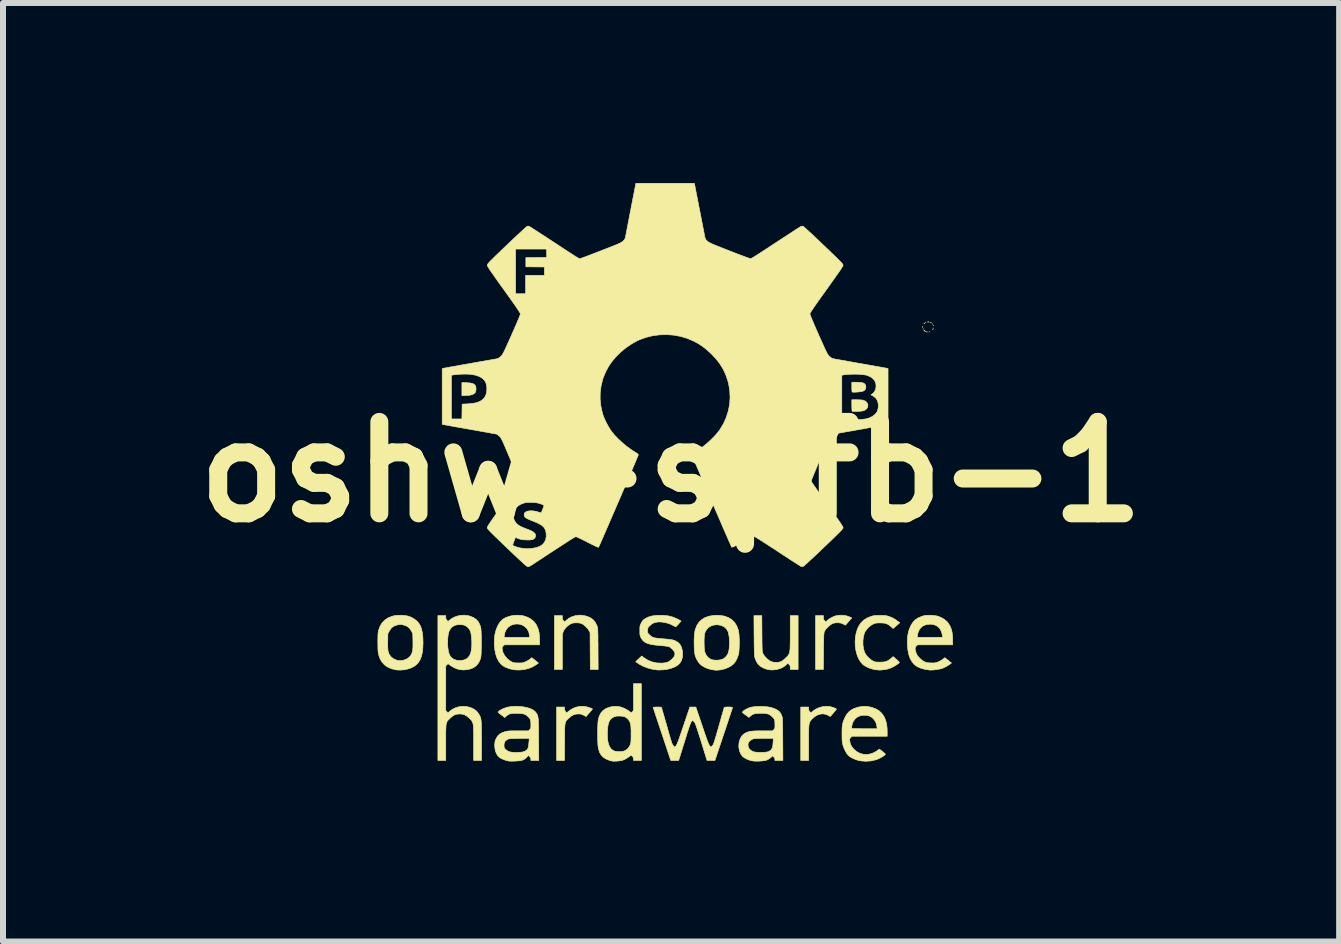
<source format=kicad_pcb>
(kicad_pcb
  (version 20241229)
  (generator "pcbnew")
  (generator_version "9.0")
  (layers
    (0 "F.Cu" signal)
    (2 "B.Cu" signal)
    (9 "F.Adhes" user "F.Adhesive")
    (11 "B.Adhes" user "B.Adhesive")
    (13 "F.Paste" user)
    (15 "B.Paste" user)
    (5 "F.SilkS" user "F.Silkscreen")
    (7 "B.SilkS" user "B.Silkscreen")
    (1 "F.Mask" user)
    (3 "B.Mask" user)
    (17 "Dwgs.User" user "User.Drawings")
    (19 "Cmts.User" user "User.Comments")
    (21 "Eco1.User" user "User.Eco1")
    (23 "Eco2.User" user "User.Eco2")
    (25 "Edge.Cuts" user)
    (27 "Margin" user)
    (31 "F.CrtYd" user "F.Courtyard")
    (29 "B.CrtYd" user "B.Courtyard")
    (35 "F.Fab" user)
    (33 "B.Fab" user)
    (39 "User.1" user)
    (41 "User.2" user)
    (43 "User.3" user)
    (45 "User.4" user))
  (footprint "oshw-spfb-1"
    (layer "F.Cu")
    (at 8.135 4.817)
    (property "Reference" "oshw-spfb-1" (at 0 0 0) (layer "F.SilkS") (effects (font (size 1.524 1.524) (thickness 0.3))))
    (attr through_hole)
    (fp_poly (pts (xy 4.207 -2.383) (xy 4.203 -2.38) (xy 4.199 -2.383) (xy 4.203 -2.387) (xy 4.207 -2.383)) (stroke (width 0.01) (type solid)) (fill yes) (layer "F.SilkS"))
    (fp_poly (pts (xy 4.25 -2.495) (xy 4.247 -2.491) (xy 4.243 -2.495) (xy 4.247 -2.498) (xy 4.25 -2.495)) (stroke (width 0.01) (type solid)) (fill yes) (layer "F.SilkS"))
    (fp_poly (pts (xy 4.25 -2.342) (xy 4.247 -2.338) (xy 4.243 -2.342) (xy 4.247 -2.345) (xy 4.25 -2.342)) (stroke (width 0.01) (type solid)) (fill yes) (layer "F.SilkS"))
    (fp_poly (pts (xy 4.309 -2.335) (xy 4.305 -2.331) (xy 4.301 -2.335) (xy 4.305 -2.338) (xy 4.309 -2.335)) (stroke (width 0.01) (type solid)) (fill yes) (layer "F.SilkS"))
    (fp_poly (pts (xy 4.323 -2.495) (xy 4.319 -2.491) (xy 4.316 -2.495) (xy 4.319 -2.498) (xy 4.323 -2.495)) (stroke (width 0.01) (type solid)) (fill yes) (layer "F.SilkS"))
    (fp_poly (pts (xy 4.338 -2.488) (xy 4.334 -2.484) (xy 4.33 -2.488) (xy 4.334 -2.491) (xy 4.338 -2.488)) (stroke (width 0.01) (type solid)) (fill yes) (layer "F.SilkS"))
    (fp_poly (pts (xy 4.359 -2.467) (xy 4.356 -2.463) (xy 4.352 -2.467) (xy 4.356 -2.47) (xy 4.359 -2.467)) (stroke (width 0.01) (type solid)) (fill yes) (layer "F.SilkS"))
    (fp_poly (pts (xy 4.367 -2.376) (xy 4.363 -2.373) (xy 4.359 -2.376) (xy 4.363 -2.38) (xy 4.367 -2.376)) (stroke (width 0.01) (type solid)) (fill yes) (layer "F.SilkS"))
    (fp_poly (pts (xy 4.374 -2.439) (xy 4.37 -2.436) (xy 4.367 -2.439) (xy 4.37 -2.443) (xy 4.374 -2.439)) (stroke (width 0.01) (type solid)) (fill yes) (layer "F.SilkS"))
    (fp_poly (pts (xy 4.374 -2.397) (xy 4.37 -2.394) (xy 4.367 -2.397) (xy 4.37 -2.401) (xy 4.374 -2.397)) (stroke (width 0.01) (type solid)) (fill yes) (layer "F.SilkS"))
    (fp_poly (pts (xy 4.197 -2.423) (xy 4.198 -2.412) (xy 4.196 -2.41) (xy 4.193 -2.412) (xy 4.193 -2.419) (xy 4.194 -2.426) (xy 4.197 -2.423)) (stroke (width 0.01) (type solid)) (fill yes) (layer "F.SilkS"))
    (fp_poly (pts (xy 4.27 -2.336) (xy 4.269 -2.332) (xy 4.265 -2.331) (xy 4.259 -2.334) (xy 4.26 -2.336) (xy 4.269 -2.337) (xy 4.27 -2.336)) (stroke (width 0.01) (type solid)) (fill yes) (layer "F.SilkS"))
    (fp_poly (pts (xy 4.296 -2.503) (xy 4.297 -2.5) (xy 4.287 -2.499) (xy 4.276 -2.5) (xy 4.278 -2.503) (xy 4.293 -2.504) (xy 4.296 -2.503)) (stroke (width 0.01) (type solid)) (fill yes) (layer "F.SilkS"))
    (fp_poly (pts (xy 4.218 -2.364) (xy 4.223 -2.36) (xy 4.234 -2.35) (xy 4.234 -2.345) (xy 4.233 -2.345) (xy 4.227 -2.35) (xy 4.22 -2.357) (xy 4.214 -2.366) (xy 4.218 -2.364)) (stroke (width 0.01) (type solid)) (fill yes) (layer "F.SilkS"))
    (fp_poly (pts (xy 4.226 -2.48) (xy 4.225 -2.477) (xy 4.218 -2.471) (xy 4.217 -2.47) (xy 4.216 -2.475) (xy 4.218 -2.477) (xy 4.224 -2.484) (xy 4.226 -2.484) (xy 4.226 -2.48)) (stroke (width 0.01) (type solid)) (fill yes) (layer "F.SilkS"))
    (fp_poly (pts (xy -3.408 -1.488) (xy -3.354 -1.484) (xy -3.313 -1.476) (xy -3.284 -1.463) (xy -3.264 -1.444) (xy -3.253 -1.418) (xy -3.25 -1.384) (xy -3.25 -1.384) (xy -3.254 -1.349) (xy -3.266 -1.321) (xy -3.289 -1.301) (xy -3.322 -1.287) (xy -3.367 -1.278) (xy -3.411 -1.275) (xy -3.486 -1.272) (xy -3.486 -1.491) (xy -3.408 -1.488)) (stroke (width 0.01) (type solid)) (fill yes) (layer "F.SilkS"))
    (fp_poly (pts (xy 3.088 -1.496) (xy 3.142 -1.494) (xy 3.184 -1.489) (xy 3.214 -1.479) (xy 3.234 -1.463) (xy 3.245 -1.442) (xy 3.248 -1.416) (xy 3.243 -1.386) (xy 3.227 -1.363) (xy 3.199 -1.346) (xy 3.198 -1.346) (xy 3.182 -1.342) (xy 3.157 -1.338) (xy 3.126 -1.334) (xy 3.094 -1.332) (xy 3.064 -1.33) (xy 3.039 -1.33) (xy 3.022 -1.332) (xy 3.019 -1.333) (xy 3.016 -1.342) (xy 3.015 -1.361) (xy 3.013 -1.389) (xy 3.013 -1.417) (xy 3.013 -1.496) (xy 3.088 -1.496)) (stroke (width 0.01) (type solid)) (fill yes) (layer "F.SilkS"))
    (fp_poly (pts (xy 3.095 -1.204) (xy 3.131 -1.203) (xy 3.165 -1.201) (xy 3.192 -1.199) (xy 3.204 -1.196) (xy 3.239 -1.181) (xy 3.264 -1.159) (xy 3.278 -1.132) (xy 3.282 -1.103) (xy 3.274 -1.075) (xy 3.256 -1.049) (xy 3.225 -1.029) (xy 3.207 -1.021) (xy 3.186 -1.016) (xy 3.159 -1.013) (xy 3.123 -1.011) (xy 3.108 -1.01) (xy 3.074 -1.01) (xy 3.046 -1.01) (xy 3.026 -1.011) (xy 3.019 -1.013) (xy 3.017 -1.022) (xy 3.015 -1.041) (xy 3.014 -1.069) (xy 3.013 -1.103) (xy 3.013 -1.111) (xy 3.013 -1.204) (xy 3.095 -1.204)) (stroke (width 0.01) (type solid)) (fill yes) (layer "F.SilkS"))
    (fp_poly (pts (xy 2.636 3.909) (xy 2.666 3.915) (xy 2.696 3.923) (xy 2.723 3.933) (xy 2.743 3.942) (xy 2.755 3.951) (xy 2.757 3.954) (xy 2.751 3.962) (xy 2.738 3.978) (xy 2.72 4) (xy 2.704 4.019) (xy 2.654 4.076) (xy 2.626 4.06) (xy 2.579 4.039) (xy 2.53 4.031) (xy 2.48 4.037) (xy 2.431 4.055) (xy 2.384 4.086) (xy 2.358 4.11) (xy 2.343 4.125) (xy 2.331 4.139) (xy 2.321 4.153) (xy 2.312 4.168) (xy 2.306 4.186) (xy 2.301 4.207) (xy 2.298 4.234) (xy 2.295 4.268) (xy 2.294 4.309) (xy 2.293 4.36) (xy 2.293 4.422) (xy 2.293 4.496) (xy 2.293 4.518) (xy 2.293 4.809) (xy 2.162 4.809) (xy 2.162 3.918) (xy 2.293 3.918) (xy 2.293 3.947) (xy 2.296 3.972) (xy 2.308 3.991) (xy 2.312 3.996) (xy 2.331 4.015) (xy 2.363 3.987) (xy 2.412 3.953) (xy 2.469 3.927) (xy 2.531 3.911) (xy 2.593 3.906) (xy 2.636 3.909)) (stroke (width 0.01) (type solid)) (fill yes) (layer "F.SilkS"))
    (fp_poly (pts (xy -1.429 3.91) (xy -1.402 3.916) (xy -1.374 3.924) (xy -1.347 3.933) (xy -1.325 3.941) (xy -1.312 3.948) (xy -1.31 3.951) (xy -1.314 3.957) (xy -1.326 3.972) (xy -1.344 3.993) (xy -1.363 4.015) (xy -1.416 4.076) (xy -1.455 4.055) (xy -1.482 4.042) (xy -1.506 4.035) (xy -1.536 4.033) (xy -1.542 4.033) (xy -1.588 4.036) (xy -1.628 4.048) (xy -1.665 4.07) (xy -1.698 4.098) (xy -1.715 4.113) (xy -1.729 4.127) (xy -1.741 4.139) (xy -1.75 4.152) (xy -1.757 4.167) (xy -1.763 4.186) (xy -1.767 4.209) (xy -1.77 4.237) (xy -1.772 4.274) (xy -1.773 4.319) (xy -1.773 4.374) (xy -1.774 4.441) (xy -1.774 4.501) (xy -1.776 4.809) (xy -1.907 4.809) (xy -1.907 3.918) (xy -1.776 3.918) (xy -1.776 3.947) (xy -1.772 3.972) (xy -1.76 3.992) (xy -1.757 3.995) (xy -1.737 4.015) (xy -1.702 3.984) (xy -1.649 3.948) (xy -1.589 3.922) (xy -1.525 3.908) (xy -1.459 3.906) (xy -1.429 3.91)) (stroke (width 0.01) (type solid)) (fill yes) (layer "F.SilkS"))
    (fp_poly (pts (xy 2.919 2.396) (xy 2.967 2.412) (xy 3.013 2.432) (xy 2.961 2.491) (xy 2.94 2.515) (xy 2.923 2.535) (xy 2.911 2.548) (xy 2.907 2.553) (xy 2.901 2.551) (xy 2.886 2.543) (xy 2.874 2.536) (xy 2.837 2.52) (xy 2.794 2.513) (xy 2.747 2.513) (xy 2.703 2.522) (xy 2.7 2.523) (xy 2.672 2.537) (xy 2.642 2.56) (xy 2.611 2.588) (xy 2.583 2.618) (xy 2.563 2.646) (xy 2.555 2.662) (xy 2.552 2.671) (xy 2.55 2.686) (xy 2.548 2.706) (xy 2.546 2.734) (xy 2.545 2.77) (xy 2.544 2.815) (xy 2.543 2.872) (xy 2.542 2.94) (xy 2.542 2.991) (xy 2.539 3.292) (xy 2.409 3.292) (xy 2.409 2.394) (xy 2.54 2.394) (xy 2.54 2.427) (xy 2.542 2.451) (xy 2.549 2.467) (xy 2.56 2.48) (xy 2.581 2.498) (xy 2.599 2.48) (xy 2.628 2.455) (xy 2.666 2.432) (xy 2.707 2.411) (xy 2.747 2.397) (xy 2.747 2.397) (xy 2.803 2.388) (xy 2.862 2.388) (xy 2.919 2.396)) (stroke (width 0.01) (type solid)) (fill yes) (layer "F.SilkS"))
    (fp_poly (pts (xy -1.461 2.391) (xy -1.399 2.406) (xy -1.341 2.432) (xy -1.33 2.439) (xy -1.294 2.468) (xy -1.264 2.506) (xy -1.238 2.554) (xy -1.236 2.56) (xy -1.232 2.569) (xy -1.229 2.578) (xy -1.226 2.588) (xy -1.224 2.601) (xy -1.222 2.617) (xy -1.221 2.638) (xy -1.22 2.665) (xy -1.219 2.7) (xy -1.218 2.744) (xy -1.218 2.797) (xy -1.217 2.862) (xy -1.217 2.94) (xy -1.217 2.945) (xy -1.215 3.292) (xy -1.346 3.292) (xy -1.348 2.984) (xy -1.35 2.676) (xy -1.369 2.641) (xy -1.39 2.61) (xy -1.42 2.579) (xy -1.452 2.551) (xy -1.483 2.53) (xy -1.485 2.529) (xy -1.516 2.519) (xy -1.555 2.514) (xy -1.597 2.514) (xy -1.636 2.518) (xy -1.652 2.523) (xy -1.688 2.54) (xy -1.725 2.567) (xy -1.758 2.6) (xy -1.785 2.636) (xy -1.797 2.66) (xy -1.8 2.671) (xy -1.803 2.681) (xy -1.806 2.693) (xy -1.808 2.707) (xy -1.81 2.726) (xy -1.811 2.75) (xy -1.811 2.782) (xy -1.812 2.822) (xy -1.812 2.872) (xy -1.812 2.933) (xy -1.812 2.996) (xy -1.812 3.292) (xy -1.943 3.292) (xy -1.943 2.394) (xy -1.812 2.394) (xy -1.812 2.427) (xy -1.81 2.451) (xy -1.804 2.467) (xy -1.792 2.48) (xy -1.771 2.498) (xy -1.75 2.476) (xy -1.703 2.438) (xy -1.648 2.411) (xy -1.588 2.393) (xy -1.525 2.386) (xy -1.461 2.391)) (stroke (width 0.01) (type solid)) (fill yes) (layer "F.SilkS"))
    (fp_poly (pts (xy 1.515 2.695) (xy 1.516 2.767) (xy 1.516 2.827) (xy 1.517 2.876) (xy 1.518 2.915) (xy 1.519 2.946) (xy 1.52 2.97) (xy 1.521 2.987) (xy 1.524 3.001) (xy 1.526 3.011) (xy 1.529 3.02) (xy 1.533 3.029) (xy 1.534 3.031) (xy 1.555 3.064) (xy 1.586 3.099) (xy 1.62 3.13) (xy 1.655 3.153) (xy 1.663 3.157) (xy 1.698 3.169) (xy 1.736 3.173) (xy 1.746 3.173) (xy 1.785 3.172) (xy 1.816 3.166) (xy 1.844 3.155) (xy 1.871 3.136) (xy 1.903 3.108) (xy 1.907 3.104) (xy 1.925 3.087) (xy 1.94 3.072) (xy 1.953 3.057) (xy 1.963 3.041) (xy 1.97 3.024) (xy 1.976 3.002) (xy 1.981 2.976) (xy 1.984 2.943) (xy 1.985 2.903) (xy 1.986 2.853) (xy 1.987 2.793) (xy 1.987 2.721) (xy 1.987 2.68) (xy 1.987 2.394) (xy 2.118 2.394) (xy 2.118 3.292) (xy 1.987 3.292) (xy 1.987 3.258) (xy 1.985 3.235) (xy 1.978 3.219) (xy 1.966 3.206) (xy 1.946 3.187) (xy 1.917 3.216) (xy 1.874 3.249) (xy 1.822 3.275) (xy 1.763 3.292) (xy 1.702 3.3) (xy 1.644 3.298) (xy 1.586 3.285) (xy 1.532 3.264) (xy 1.486 3.236) (xy 1.45 3.202) (xy 1.44 3.188) (xy 1.426 3.163) (xy 1.412 3.133) (xy 1.403 3.111) (xy 1.399 3.1) (xy 1.396 3.089) (xy 1.394 3.076) (xy 1.392 3.062) (xy 1.39 3.043) (xy 1.389 3.018) (xy 1.388 2.987) (xy 1.387 2.948) (xy 1.386 2.9) (xy 1.385 2.841) (xy 1.385 2.771) (xy 1.384 2.73) (xy 1.382 2.394) (xy 1.513 2.394) (xy 1.515 2.695)) (stroke (width 0.01) (type solid)) (fill yes) (layer "F.SilkS"))
    (fp_poly (pts (xy -2.483 2.393) (xy -2.463 2.397) (xy -2.394 2.42) (xy -2.335 2.452) (xy -2.286 2.493) (xy -2.247 2.544) (xy -2.219 2.604) (xy -2.2 2.674) (xy -2.192 2.755) (xy -2.191 2.792) (xy -2.191 2.881) (xy -2.777 2.881) (xy -2.798 2.901) (xy -2.81 2.914) (xy -2.815 2.926) (xy -2.815 2.942) (xy -2.813 2.96) (xy -2.8 3.011) (xy -2.774 3.059) (xy -2.738 3.104) (xy -2.694 3.142) (xy -2.652 3.167) (xy -2.632 3.175) (xy -2.613 3.18) (xy -2.589 3.182) (xy -2.556 3.183) (xy -2.544 3.183) (xy -2.509 3.183) (xy -2.483 3.182) (xy -2.463 3.178) (xy -2.443 3.171) (xy -2.423 3.162) (xy -2.394 3.148) (xy -2.367 3.131) (xy -2.349 3.118) (xy -2.322 3.095) (xy -2.298 3.113) (xy -2.279 3.128) (xy -2.255 3.147) (xy -2.242 3.158) (xy -2.21 3.185) (xy -2.245 3.21) (xy -2.309 3.249) (xy -2.381 3.277) (xy -2.458 3.295) (xy -2.538 3.301) (xy -2.609 3.298) (xy -2.686 3.282) (xy -2.755 3.257) (xy -2.793 3.236) (xy -2.837 3.201) (xy -2.874 3.153) (xy -2.904 3.095) (xy -2.926 3.025) (xy -2.94 2.944) (xy -2.945 2.884) (xy -2.945 2.794) (xy -2.941 2.756) (xy -2.782 2.756) (xy -2.356 2.756) (xy -2.36 2.718) (xy -2.372 2.665) (xy -2.396 2.62) (xy -2.43 2.582) (xy -2.472 2.555) (xy -2.522 2.538) (xy -2.569 2.533) (xy -2.624 2.539) (xy -2.673 2.558) (xy -2.714 2.587) (xy -2.746 2.625) (xy -2.768 2.672) (xy -2.778 2.717) (xy -2.782 2.756) (xy -2.941 2.756) (xy -2.936 2.71) (xy -2.917 2.634) (xy -2.89 2.566) (xy -2.866 2.525) (xy -2.841 2.49) (xy -2.816 2.465) (xy -2.789 2.445) (xy -2.758 2.428) (xy -2.694 2.405) (xy -2.624 2.39) (xy -2.552 2.387) (xy -2.483 2.393)) (stroke (width 0.01) (type solid)) (fill yes) (layer "F.SilkS"))
    (fp_poly (pts (xy -0.495 4.809) (xy -0.626 4.809) (xy -0.626 4.783) (xy -0.631 4.756) (xy -0.645 4.738) (xy -0.664 4.72) (xy -0.71 4.753) (xy -0.757 4.783) (xy -0.804 4.804) (xy -0.856 4.815) (xy -0.91 4.82) (xy -0.95 4.821) (xy -0.98 4.819) (xy -1.007 4.813) (xy -1.019 4.81) (xy -1.079 4.786) (xy -1.126 4.758) (xy -1.162 4.722) (xy -1.189 4.678) (xy -1.207 4.623) (xy -1.213 4.597) (xy -1.217 4.567) (xy -1.22 4.525) (xy -1.222 4.476) (xy -1.223 4.421) (xy -1.223 4.401) (xy -1.061 4.401) (xy -1.056 4.472) (xy -1.044 4.53) (xy -1.025 4.578) (xy -1 4.614) (xy -0.968 4.64) (xy -0.942 4.652) (xy -0.908 4.659) (xy -0.867 4.662) (xy -0.825 4.66) (xy -0.788 4.653) (xy -0.783 4.651) (xy -0.743 4.631) (xy -0.71 4.599) (xy -0.685 4.557) (xy -0.683 4.552) (xy -0.677 4.538) (xy -0.673 4.524) (xy -0.67 4.509) (xy -0.668 4.489) (xy -0.667 4.462) (xy -0.666 4.427) (xy -0.666 4.381) (xy -0.666 4.367) (xy -0.666 4.309) (xy -0.668 4.262) (xy -0.671 4.226) (xy -0.675 4.197) (xy -0.683 4.174) (xy -0.692 4.154) (xy -0.705 4.135) (xy -0.714 4.124) (xy -0.742 4.098) (xy -0.773 4.08) (xy -0.81 4.071) (xy -0.858 4.068) (xy -0.859 4.068) (xy -0.894 4.068) (xy -0.919 4.071) (xy -0.941 4.078) (xy -0.956 4.084) (xy -0.988 4.104) (xy -1.014 4.129) (xy -1.033 4.163) (xy -1.047 4.206) (xy -1.056 4.259) (xy -1.06 4.318) (xy -1.061 4.401) (xy -1.223 4.401) (xy -1.224 4.363) (xy -1.223 4.306) (xy -1.222 4.251) (xy -1.22 4.201) (xy -1.217 4.16) (xy -1.213 4.13) (xy -1.213 4.129) (xy -1.196 4.068) (xy -1.169 4.017) (xy -1.133 3.976) (xy -1.086 3.944) (xy -1.051 3.929) (xy -0.984 3.91) (xy -0.917 3.906) (xy -0.85 3.914) (xy -0.784 3.937) (xy -0.721 3.972) (xy -0.701 3.986) (xy -0.664 4.014) (xy -0.626 3.976) (xy -0.626 3.528) (xy -0.495 3.528) (xy -0.495 4.809)) (stroke (width 0.01) (type solid)) (fill yes) (layer "F.SilkS"))
    (fp_poly (pts (xy 4.347 2.389) (xy 4.397 2.394) (xy 4.441 2.402) (xy 4.458 2.407) (xy 4.512 2.431) (xy 4.562 2.462) (xy 4.603 2.498) (xy 4.621 2.521) (xy 4.649 2.566) (xy 4.669 2.613) (xy 4.683 2.664) (xy 4.691 2.723) (xy 4.694 2.793) (xy 4.694 2.803) (xy 4.694 2.881) (xy 4.109 2.881) (xy 4.089 2.9) (xy 4.075 2.916) (xy 4.069 2.935) (xy 4.07 2.96) (xy 4.078 2.994) (xy 4.079 2.997) (xy 4.091 3.032) (xy 4.108 3.062) (xy 4.133 3.092) (xy 4.159 3.117) (xy 4.194 3.146) (xy 4.226 3.165) (xy 4.261 3.177) (xy 4.301 3.182) (xy 4.341 3.183) (xy 4.377 3.183) (xy 4.402 3.181) (xy 4.423 3.177) (xy 4.444 3.17) (xy 4.462 3.162) (xy 4.49 3.148) (xy 4.518 3.131) (xy 4.536 3.118) (xy 4.563 3.095) (xy 4.594 3.12) (xy 4.618 3.138) (xy 4.641 3.157) (xy 4.65 3.165) (xy 4.675 3.185) (xy 4.622 3.221) (xy 4.592 3.239) (xy 4.561 3.256) (xy 4.535 3.268) (xy 4.53 3.27) (xy 4.494 3.281) (xy 4.45 3.29) (xy 4.404 3.297) (xy 4.359 3.301) (xy 4.32 3.302) (xy 4.305 3.301) (xy 4.226 3.288) (xy 4.159 3.269) (xy 4.104 3.245) (xy 4.059 3.213) (xy 4.052 3.206) (xy 4.014 3.16) (xy 3.983 3.103) (xy 3.96 3.034) (xy 3.946 2.955) (xy 3.939 2.88) (xy 3.939 2.803) (xy 3.944 2.737) (xy 4.105 2.737) (xy 4.105 2.756) (xy 4.529 2.756) (xy 4.523 2.723) (xy 4.509 2.665) (xy 4.485 2.618) (xy 4.452 2.581) (xy 4.41 2.555) (xy 4.359 2.54) (xy 4.316 2.537) (xy 4.259 2.543) (xy 4.21 2.56) (xy 4.17 2.589) (xy 4.138 2.628) (xy 4.117 2.677) (xy 4.116 2.68) (xy 4.11 2.705) (xy 4.106 2.727) (xy 4.105 2.737) (xy 3.944 2.737) (xy 3.944 2.736) (xy 3.955 2.675) (xy 3.97 2.624) (xy 3.997 2.56) (xy 4.029 2.509) (xy 4.067 2.467) (xy 4.114 2.435) (xy 4.171 2.41) (xy 4.21 2.397) (xy 4.248 2.39) (xy 4.296 2.388) (xy 4.347 2.389)) (stroke (width 0.01) (type solid)) (fill yes) (layer "F.SilkS"))
    (fp_poly (pts (xy 0.82 2.391) (xy 0.892 2.403) (xy 0.956 2.427) (xy 1.011 2.461) (xy 1.057 2.505) (xy 1.092 2.559) (xy 1.117 2.623) (xy 1.125 2.655) (xy 1.131 2.69) (xy 1.135 2.735) (xy 1.137 2.786) (xy 1.138 2.841) (xy 1.137 2.895) (xy 1.135 2.947) (xy 1.132 2.992) (xy 1.127 3.027) (xy 1.126 3.034) (xy 1.107 3.093) (xy 1.081 3.147) (xy 1.049 3.192) (xy 1.038 3.203) (xy 1.001 3.232) (xy 0.954 3.258) (xy 0.902 3.279) (xy 0.847 3.294) (xy 0.84 3.295) (xy 0.8 3.301) (xy 0.767 3.304) (xy 0.735 3.303) (xy 0.699 3.298) (xy 0.677 3.295) (xy 0.625 3.281) (xy 0.572 3.261) (xy 0.524 3.234) (xy 0.486 3.205) (xy 0.485 3.204) (xy 0.456 3.169) (xy 0.429 3.125) (xy 0.408 3.077) (xy 0.4 3.051) (xy 0.394 3.015) (xy 0.389 2.969) (xy 0.386 2.916) (xy 0.385 2.859) (xy 0.385 2.826) (xy 0.551 2.826) (xy 0.552 2.872) (xy 0.553 2.917) (xy 0.556 2.956) (xy 0.56 2.987) (xy 0.563 3.001) (xy 0.584 3.05) (xy 0.614 3.088) (xy 0.654 3.117) (xy 0.682 3.129) (xy 0.712 3.135) (xy 0.749 3.137) (xy 0.789 3.136) (xy 0.827 3.13) (xy 0.857 3.122) (xy 0.862 3.119) (xy 0.902 3.093) (xy 0.933 3.056) (xy 0.946 3.034) (xy 0.958 3.003) (xy 0.967 2.961) (xy 0.972 2.911) (xy 0.974 2.858) (xy 0.973 2.803) (xy 0.969 2.75) (xy 0.961 2.703) (xy 0.951 2.664) (xy 0.946 2.653) (xy 0.92 2.612) (xy 0.884 2.58) (xy 0.839 2.559) (xy 0.785 2.548) (xy 0.757 2.547) (xy 0.703 2.553) (xy 0.654 2.572) (xy 0.614 2.601) (xy 0.582 2.642) (xy 0.562 2.685) (xy 0.558 2.708) (xy 0.554 2.741) (xy 0.552 2.781) (xy 0.551 2.826) (xy 0.385 2.826) (xy 0.385 2.8) (xy 0.388 2.744) (xy 0.392 2.693) (xy 0.398 2.651) (xy 0.405 2.624) (xy 0.43 2.559) (xy 0.465 2.505) (xy 0.51 2.462) (xy 0.564 2.428) (xy 0.628 2.405) (xy 0.702 2.392) (xy 0.739 2.389) (xy 0.82 2.391)) (stroke (width 0.01) (type solid)) (fill yes) (layer "F.SilkS"))
    (fp_poly (pts (xy 3.486 2.391) (xy 3.527 2.391) (xy 3.558 2.392) (xy 3.581 2.395) (xy 3.602 2.399) (xy 3.623 2.405) (xy 3.639 2.411) (xy 3.671 2.423) (xy 3.696 2.434) (xy 3.718 2.446) (xy 3.742 2.462) (xy 3.771 2.483) (xy 3.813 2.513) (xy 3.757 2.561) (xy 3.702 2.609) (xy 3.667 2.578) (xy 3.633 2.551) (xy 3.601 2.533) (xy 3.568 2.522) (xy 3.529 2.517) (xy 3.486 2.516) (xy 3.45 2.516) (xy 3.424 2.518) (xy 3.405 2.521) (xy 3.386 2.527) (xy 3.368 2.535) (xy 3.33 2.558) (xy 3.292 2.59) (xy 3.259 2.627) (xy 3.233 2.665) (xy 3.224 2.684) (xy 3.207 2.743) (xy 3.199 2.81) (xy 3.199 2.879) (xy 3.208 2.945) (xy 3.225 3.003) (xy 3.244 3.038) (xy 3.272 3.075) (xy 3.307 3.109) (xy 3.344 3.138) (xy 3.366 3.151) (xy 3.384 3.16) (xy 3.4 3.165) (xy 3.419 3.168) (xy 3.445 3.169) (xy 3.481 3.17) (xy 3.482 3.17) (xy 3.531 3.168) (xy 3.569 3.163) (xy 3.601 3.152) (xy 3.632 3.135) (xy 3.665 3.109) (xy 3.667 3.107) (xy 3.702 3.077) (xy 3.754 3.122) (xy 3.776 3.142) (xy 3.794 3.159) (xy 3.805 3.171) (xy 3.806 3.174) (xy 3.8 3.183) (xy 3.784 3.196) (xy 3.761 3.213) (xy 3.733 3.23) (xy 3.703 3.247) (xy 3.674 3.261) (xy 3.653 3.27) (xy 3.627 3.279) (xy 3.603 3.286) (xy 3.577 3.292) (xy 3.545 3.296) (xy 3.503 3.301) (xy 3.497 3.301) (xy 3.478 3.302) (xy 3.452 3.3) (xy 3.426 3.298) (xy 3.365 3.287) (xy 3.306 3.269) (xy 3.252 3.245) (xy 3.208 3.217) (xy 3.196 3.207) (xy 3.157 3.163) (xy 3.125 3.109) (xy 3.1 3.047) (xy 3.082 2.978) (xy 3.071 2.906) (xy 3.068 2.831) (xy 3.073 2.756) (xy 3.086 2.684) (xy 3.107 2.616) (xy 3.128 2.571) (xy 3.164 2.516) (xy 3.21 2.471) (xy 3.266 2.435) (xy 3.334 2.407) (xy 3.334 2.407) (xy 3.359 2.4) (xy 3.382 2.395) (xy 3.407 2.392) (xy 3.438 2.391) (xy 3.479 2.391) (xy 3.486 2.391)) (stroke (width 0.01) (type solid)) (fill yes) (layer "F.SilkS"))
    (fp_poly (pts (xy -4.483 2.389) (xy -4.425 2.394) (xy -4.377 2.404) (xy -4.332 2.421) (xy -4.286 2.447) (xy -4.278 2.452) (xy -4.238 2.483) (xy -4.205 2.52) (xy -4.178 2.565) (xy -4.159 2.617) (xy -4.145 2.68) (xy -4.137 2.753) (xy -4.134 2.838) (xy -4.134 2.844) (xy -4.137 2.932) (xy -4.146 3.009) (xy -4.161 3.074) (xy -4.183 3.13) (xy -4.212 3.177) (xy -4.249 3.215) (xy -4.281 3.239) (xy -4.329 3.264) (xy -4.387 3.284) (xy -4.45 3.297) (xy -4.512 3.302) (xy -4.571 3.3) (xy -4.583 3.298) (xy -4.658 3.28) (xy -4.721 3.253) (xy -4.774 3.217) (xy -4.817 3.17) (xy -4.85 3.114) (xy -4.87 3.058) (xy -4.875 3.038) (xy -4.879 3.019) (xy -4.882 2.999) (xy -4.884 2.974) (xy -4.886 2.942) (xy -4.886 2.902) (xy -4.886 2.874) (xy -4.723 2.874) (xy -4.722 2.919) (xy -4.72 2.956) (xy -4.717 2.982) (xy -4.716 2.988) (xy -4.699 3.037) (xy -4.67 3.078) (xy -4.631 3.111) (xy -4.583 3.133) (xy -4.572 3.136) (xy -4.537 3.143) (xy -4.507 3.144) (xy -4.473 3.14) (xy -4.462 3.138) (xy -4.418 3.123) (xy -4.379 3.1) (xy -4.347 3.07) (xy -4.34 3.061) (xy -4.327 3.038) (xy -4.317 3.014) (xy -4.309 2.987) (xy -4.305 2.955) (xy -4.302 2.915) (xy -4.302 2.866) (xy -4.302 2.825) (xy -4.305 2.695) (xy -4.33 2.647) (xy -4.355 2.61) (xy -4.383 2.583) (xy -4.42 2.563) (xy -4.465 2.549) (xy -4.492 2.543) (xy -4.513 2.541) (xy -4.533 2.544) (xy -4.56 2.549) (xy -4.607 2.564) (xy -4.643 2.584) (xy -4.671 2.612) (xy -4.694 2.647) (xy -4.72 2.695) (xy -4.722 2.823) (xy -4.723 2.874) (xy -4.886 2.874) (xy -4.887 2.851) (xy -4.887 2.843) (xy -4.887 2.788) (xy -4.886 2.745) (xy -4.885 2.711) (xy -4.883 2.685) (xy -4.88 2.664) (xy -4.877 2.646) (xy -4.874 2.637) (xy -4.85 2.571) (xy -4.817 2.517) (xy -4.775 2.472) (xy -4.723 2.436) (xy -4.7 2.425) (xy -4.652 2.406) (xy -4.605 2.394) (xy -4.554 2.389) (xy -4.495 2.388) (xy -4.483 2.389)) (stroke (width 0.01) (type solid)) (fill yes) (layer "F.SilkS"))
    (fp_poly (pts (xy 3.27 3.908) (xy 3.345 3.923) (xy 3.41 3.947) (xy 3.466 3.979) (xy 3.511 4.021) (xy 3.547 4.072) (xy 3.554 4.085) (xy 3.577 4.14) (xy 3.593 4.2) (xy 3.601 4.269) (xy 3.603 4.326) (xy 3.603 4.405) (xy 3.016 4.405) (xy 2.995 4.426) (xy 2.983 4.439) (xy 2.978 4.451) (xy 2.977 4.469) (xy 2.979 4.484) (xy 2.988 4.529) (xy 3.007 4.57) (xy 3.038 4.61) (xy 3.049 4.622) (xy 3.096 4.662) (xy 3.149 4.69) (xy 3.206 4.706) (xy 3.265 4.709) (xy 3.325 4.699) (xy 3.385 4.677) (xy 3.442 4.642) (xy 3.444 4.64) (xy 3.472 4.619) (xy 3.495 4.637) (xy 3.515 4.652) (xy 3.539 4.671) (xy 3.548 4.678) (xy 3.565 4.693) (xy 3.572 4.702) (xy 3.571 4.709) (xy 3.563 4.717) (xy 3.546 4.731) (xy 3.52 4.748) (xy 3.489 4.765) (xy 3.456 4.781) (xy 3.427 4.793) (xy 3.416 4.797) (xy 3.332 4.816) (xy 3.245 4.822) (xy 3.158 4.815) (xy 3.141 4.812) (xy 3.094 4.799) (xy 3.046 4.781) (xy 3.003 4.759) (xy 2.968 4.736) (xy 2.957 4.726) (xy 2.928 4.691) (xy 2.902 4.645) (xy 2.878 4.592) (xy 2.866 4.554) (xy 2.86 4.532) (xy 2.856 4.511) (xy 2.853 4.487) (xy 2.851 4.459) (xy 2.85 4.422) (xy 2.85 4.375) (xy 2.85 4.367) (xy 2.85 4.312) (xy 2.851 4.268) (xy 2.852 4.263) (xy 3.009 4.263) (xy 3.01 4.274) (xy 3.011 4.275) (xy 3.018 4.276) (xy 3.039 4.277) (xy 3.07 4.278) (xy 3.111 4.279) (xy 3.158 4.279) (xy 3.211 4.28) (xy 3.226 4.28) (xy 3.437 4.28) (xy 3.432 4.247) (xy 3.422 4.198) (xy 3.406 4.158) (xy 3.381 4.124) (xy 3.366 4.108) (xy 3.336 4.083) (xy 3.305 4.067) (xy 3.27 4.058) (xy 3.226 4.055) (xy 3.215 4.055) (xy 3.161 4.061) (xy 3.113 4.08) (xy 3.073 4.11) (xy 3.042 4.151) (xy 3.031 4.173) (xy 3.023 4.193) (xy 3.017 4.218) (xy 3.012 4.243) (xy 3.009 4.263) (xy 2.852 4.263) (xy 2.855 4.231) (xy 2.86 4.199) (xy 2.868 4.168) (xy 2.88 4.136) (xy 2.896 4.099) (xy 2.897 4.096) (xy 2.927 4.041) (xy 2.966 3.996) (xy 3.014 3.961) (xy 3.048 3.943) (xy 3.12 3.919) (xy 3.195 3.907) (xy 3.27 3.908)) (stroke (width 0.01) (type solid)) (fill yes) (layer "F.SilkS"))
    (fp_poly (pts (xy -0.123 2.389) (xy -0.043 2.399) (xy 0.03 2.418) (xy 0.099 2.447) (xy 0.118 2.457) (xy 0.168 2.485) (xy 0.126 2.532) (xy 0.107 2.553) (xy 0.092 2.569) (xy 0.082 2.579) (xy 0.08 2.58) (xy 0.072 2.578) (xy 0.055 2.57) (xy 0.035 2.559) (xy -0.021 2.532) (xy -0.082 2.513) (xy -0.144 2.502) (xy -0.203 2.499) (xy -0.257 2.506) (xy -0.265 2.508) (xy -0.295 2.519) (xy -0.321 2.534) (xy -0.348 2.557) (xy -0.369 2.576) (xy -0.381 2.591) (xy -0.387 2.605) (xy -0.39 2.623) (xy -0.391 2.636) (xy -0.393 2.659) (xy -0.391 2.674) (xy -0.384 2.688) (xy -0.37 2.704) (xy -0.363 2.711) (xy -0.344 2.729) (xy -0.326 2.743) (xy -0.305 2.754) (xy -0.28 2.763) (xy -0.248 2.769) (xy -0.207 2.774) (xy -0.155 2.779) (xy -0.137 2.78) (xy -0.092 2.784) (xy -0.05 2.788) (xy -0.015 2.792) (xy 0.012 2.796) (xy 0.025 2.798) (xy 0.079 2.818) (xy 0.122 2.845) (xy 0.154 2.881) (xy 0.176 2.926) (xy 0.189 2.981) (xy 0.192 3.034) (xy 0.189 3.09) (xy 0.176 3.137) (xy 0.152 3.179) (xy 0.136 3.199) (xy 0.1 3.228) (xy 0.053 3.254) (xy -0.004 3.274) (xy -0.066 3.29) (xy -0.133 3.298) (xy -0.202 3.301) (xy -0.244 3.298) (xy -0.319 3.286) (xy -0.395 3.265) (xy -0.467 3.237) (xy -0.531 3.203) (xy -0.551 3.189) (xy -0.589 3.162) (xy -0.539 3.115) (xy -0.489 3.067) (xy -0.45 3.097) (xy -0.385 3.138) (xy -0.314 3.166) (xy -0.237 3.183) (xy -0.156 3.186) (xy -0.147 3.186) (xy -0.101 3.181) (xy -0.066 3.173) (xy -0.036 3.16) (xy -0.006 3.138) (xy 0.011 3.124) (xy 0.043 3.09) (xy 0.061 3.058) (xy 0.065 3.027) (xy 0.055 2.995) (xy 0.031 2.963) (xy 0.016 2.949) (xy 0.001 2.936) (xy -0.011 2.925) (xy -0.024 2.917) (xy -0.038 2.911) (xy -0.057 2.907) (xy -0.082 2.903) (xy -0.116 2.899) (xy -0.161 2.895) (xy -0.201 2.892) (xy -0.273 2.884) (xy -0.333 2.874) (xy -0.381 2.862) (xy -0.42 2.846) (xy -0.451 2.826) (xy -0.476 2.801) (xy -0.496 2.771) (xy -0.499 2.766) (xy -0.508 2.747) (xy -0.514 2.731) (xy -0.518 2.713) (xy -0.52 2.691) (xy -0.52 2.66) (xy -0.52 2.644) (xy -0.52 2.609) (xy -0.519 2.584) (xy -0.516 2.565) (xy -0.511 2.548) (xy -0.502 2.529) (xy -0.496 2.517) (xy -0.48 2.489) (xy -0.465 2.469) (xy -0.445 2.454) (xy -0.434 2.447) (xy -0.39 2.423) (xy -0.345 2.407) (xy -0.294 2.396) (xy -0.234 2.39) (xy -0.212 2.389) (xy -0.123 2.389)) (stroke (width 0.01) (type solid)) (fill yes) (layer "F.SilkS"))
    (fp_poly (pts (xy -2.547 3.907) (xy -2.469 3.914) (xy -2.4 3.927) (xy -2.343 3.945) (xy -2.297 3.968) (xy -2.264 3.995) (xy -2.257 4.004) (xy -2.246 4.019) (xy -2.238 4.032) (xy -2.23 4.045) (xy -2.225 4.059) (xy -2.22 4.076) (xy -2.216 4.097) (xy -2.213 4.122) (xy -2.211 4.154) (xy -2.21 4.194) (xy -2.209 4.242) (xy -2.208 4.301) (xy -2.207 4.371) (xy -2.207 4.453) (xy -2.207 4.455) (xy -2.205 4.809) (xy -2.336 4.809) (xy -2.336 4.786) (xy -2.342 4.762) (xy -2.357 4.744) (xy -2.377 4.725) (xy -2.41 4.759) (xy -2.435 4.782) (xy -2.461 4.797) (xy -2.482 4.805) (xy -2.509 4.811) (xy -2.547 4.815) (xy -2.59 4.818) (xy -2.634 4.82) (xy -2.674 4.82) (xy -2.707 4.818) (xy -2.718 4.816) (xy -2.759 4.805) (xy -2.801 4.789) (xy -2.839 4.771) (xy -2.851 4.764) (xy -2.885 4.734) (xy -2.911 4.694) (xy -2.929 4.645) (xy -2.938 4.589) (xy -2.939 4.556) (xy -2.784 4.556) (xy -2.783 4.581) (xy -2.779 4.598) (xy -2.771 4.611) (xy -2.762 4.621) (xy -2.728 4.648) (xy -2.69 4.664) (xy -2.669 4.669) (xy -2.633 4.673) (xy -2.589 4.675) (xy -2.543 4.674) (xy -2.5 4.671) (xy -2.472 4.667) (xy -2.431 4.652) (xy -2.401 4.63) (xy -2.382 4.6) (xy -2.38 4.593) (xy -2.377 4.575) (xy -2.373 4.548) (xy -2.37 4.516) (xy -2.368 4.504) (xy -2.363 4.439) (xy -2.53 4.441) (xy -2.585 4.442) (xy -2.627 4.443) (xy -2.659 4.444) (xy -2.683 4.446) (xy -2.7 4.449) (xy -2.713 4.452) (xy -2.723 4.456) (xy -2.724 4.456) (xy -2.755 4.476) (xy -2.774 4.502) (xy -2.783 4.536) (xy -2.784 4.556) (xy -2.939 4.556) (xy -2.939 4.544) (xy -2.936 4.511) (xy -2.932 4.485) (xy -2.924 4.462) (xy -2.911 4.435) (xy -2.886 4.398) (xy -2.856 4.369) (xy -2.816 4.346) (xy -2.768 4.329) (xy -2.751 4.324) (xy -2.734 4.321) (xy -2.714 4.318) (xy -2.689 4.316) (xy -2.657 4.315) (xy -2.615 4.315) (xy -2.561 4.315) (xy -2.548 4.315) (xy -2.375 4.315) (xy -2.356 4.295) (xy -2.346 4.285) (xy -2.341 4.274) (xy -2.338 4.26) (xy -2.336 4.238) (xy -2.336 4.212) (xy -2.337 4.173) (xy -2.341 4.144) (xy -2.349 4.121) (xy -2.361 4.101) (xy -2.378 4.083) (xy -2.402 4.061) (xy -2.425 4.046) (xy -2.451 4.035) (xy -2.482 4.029) (xy -2.522 4.025) (xy -2.555 4.024) (xy -2.606 4.023) (xy -2.646 4.025) (xy -2.677 4.03) (xy -2.703 4.039) (xy -2.725 4.052) (xy -2.74 4.064) (xy -2.771 4.092) (xy -2.826 4.052) (xy -2.85 4.034) (xy -2.869 4.018) (xy -2.88 4.007) (xy -2.882 4.003) (xy -2.876 3.993) (xy -2.859 3.979) (xy -2.834 3.963) (xy -2.803 3.947) (xy -2.792 3.942) (xy -2.727 3.92) (xy -2.652 3.909) (xy -2.567 3.906) (xy -2.547 3.907)) (stroke (width 0.01) (type solid)) (fill yes) (layer "F.SilkS"))
    (fp_poly (pts (xy 1.492 3.908) (xy 1.557 3.91) (xy 1.611 3.915) (xy 1.658 3.923) (xy 1.701 3.936) (xy 1.744 3.953) (xy 1.781 3.974) (xy 1.809 3.998) (xy 1.831 4.032) (xy 1.844 4.058) (xy 1.847 4.067) (xy 1.85 4.076) (xy 1.853 4.086) (xy 1.855 4.099) (xy 1.856 4.115) (xy 1.858 4.137) (xy 1.859 4.165) (xy 1.859 4.201) (xy 1.86 4.246) (xy 1.861 4.301) (xy 1.861 4.367) (xy 1.862 4.445) (xy 1.862 4.452) (xy 1.864 4.809) (xy 1.732 4.809) (xy 1.732 4.79) (xy 1.727 4.771) (xy 1.713 4.752) (xy 1.713 4.752) (xy 1.693 4.732) (xy 1.659 4.763) (xy 1.618 4.792) (xy 1.586 4.805) (xy 1.551 4.812) (xy 1.508 4.817) (xy 1.459 4.82) (xy 1.411 4.82) (xy 1.368 4.817) (xy 1.342 4.813) (xy 1.298 4.8) (xy 1.255 4.782) (xy 1.217 4.76) (xy 1.19 4.738) (xy 1.188 4.737) (xy 1.16 4.697) (xy 1.142 4.651) (xy 1.131 4.601) (xy 1.13 4.549) (xy 1.131 4.541) (xy 1.283 4.541) (xy 1.286 4.579) (xy 1.301 4.612) (xy 1.33 4.64) (xy 1.336 4.643) (xy 1.359 4.657) (xy 1.386 4.666) (xy 1.419 4.671) (xy 1.46 4.674) (xy 1.513 4.674) (xy 1.515 4.674) (xy 1.555 4.672) (xy 1.584 4.67) (xy 1.606 4.666) (xy 1.624 4.66) (xy 1.633 4.656) (xy 1.658 4.641) (xy 1.676 4.621) (xy 1.689 4.593) (xy 1.697 4.556) (xy 1.701 4.509) (xy 1.705 4.44) (xy 1.553 4.44) (xy 1.503 4.44) (xy 1.458 4.441) (xy 1.42 4.443) (xy 1.391 4.445) (xy 1.373 4.447) (xy 1.373 4.447) (xy 1.351 4.457) (xy 1.326 4.472) (xy 1.315 4.481) (xy 1.297 4.499) (xy 1.288 4.515) (xy 1.284 4.537) (xy 1.283 4.541) (xy 1.131 4.541) (xy 1.136 4.498) (xy 1.151 4.451) (xy 1.173 4.409) (xy 1.203 4.375) (xy 1.222 4.362) (xy 1.246 4.348) (xy 1.271 4.337) (xy 1.297 4.329) (xy 1.326 4.323) (xy 1.362 4.319) (xy 1.405 4.316) (xy 1.459 4.315) (xy 1.52 4.315) (xy 1.693 4.315) (xy 1.713 4.295) (xy 1.722 4.285) (xy 1.727 4.275) (xy 1.731 4.261) (xy 1.732 4.241) (xy 1.732 4.21) (xy 1.732 4.208) (xy 1.731 4.177) (xy 1.729 4.149) (xy 1.726 4.13) (xy 1.724 4.124) (xy 1.715 4.112) (xy 1.699 4.093) (xy 1.682 4.076) (xy 1.658 4.055) (xy 1.633 4.04) (xy 1.604 4.031) (xy 1.567 4.025) (xy 1.52 4.022) (xy 1.495 4.022) (xy 1.444 4.024) (xy 1.403 4.028) (xy 1.372 4.037) (xy 1.346 4.051) (xy 1.325 4.067) (xy 1.299 4.091) (xy 1.247 4.053) (xy 1.223 4.036) (xy 1.204 4.021) (xy 1.192 4.011) (xy 1.19 4.009) (xy 1.192 3.999) (xy 1.205 3.985) (xy 1.227 3.969) (xy 1.256 3.951) (xy 1.258 3.951) (xy 1.294 3.934) (xy 1.332 3.922) (xy 1.374 3.914) (xy 1.424 3.91) (xy 1.485 3.908) (xy 1.492 3.908)) (stroke (width 0.01) (type solid)) (fill yes) (layer "F.SilkS"))
    (fp_poly (pts (xy 0.99 3.918) (xy 1.011 3.921) (xy 1.023 3.925) (xy 1.025 3.928) (xy 1.022 3.936) (xy 1.016 3.956) (xy 1.005 3.987) (xy 0.992 4.029) (xy 0.975 4.078) (xy 0.956 4.136) (xy 0.935 4.2) (xy 0.912 4.269) (xy 0.887 4.343) (xy 0.877 4.373) (xy 0.731 4.809) (xy 0.6 4.809) (xy 0.503 4.496) (xy 0.48 4.422) (xy 0.46 4.361) (xy 0.444 4.311) (xy 0.431 4.27) (xy 0.42 4.238) (xy 0.411 4.214) (xy 0.404 4.195) (xy 0.397 4.182) (xy 0.391 4.172) (xy 0.386 4.165) (xy 0.382 4.162) (xy 0.359 4.14) (xy 0.341 4.16) (xy 0.336 4.167) (xy 0.329 4.18) (xy 0.321 4.199) (xy 0.311 4.225) (xy 0.299 4.26) (xy 0.285 4.304) (xy 0.267 4.358) (xy 0.247 4.424) (xy 0.225 4.494) (xy 0.127 4.808) (xy -0.004 4.809) (xy -0.151 4.368) (xy -0.176 4.293) (xy -0.2 4.222) (xy -0.222 4.155) (xy -0.242 4.095) (xy -0.26 4.042) (xy -0.274 3.997) (xy -0.286 3.962) (xy -0.294 3.938) (xy -0.298 3.925) (xy -0.298 3.923) (xy -0.292 3.921) (xy -0.274 3.919) (xy -0.247 3.918) (xy -0.23 3.918) (xy -0.197 3.918) (xy -0.176 3.919) (xy -0.164 3.922) (xy -0.159 3.927) (xy -0.157 3.93) (xy -0.155 3.939) (xy -0.149 3.96) (xy -0.14 3.992) (xy -0.128 4.033) (xy -0.114 4.081) (xy -0.098 4.136) (xy -0.081 4.196) (xy -0.068 4.241) (xy -0.048 4.314) (xy -0.031 4.373) (xy -0.016 4.422) (xy -0.005 4.461) (xy 0.005 4.492) (xy 0.013 4.516) (xy 0.02 4.533) (xy 0.026 4.546) (xy 0.032 4.555) (xy 0.037 4.562) (xy 0.039 4.563) (xy 0.061 4.586) (xy 0.081 4.567) (xy 0.087 4.559) (xy 0.095 4.546) (xy 0.103 4.526) (xy 0.114 4.499) (xy 0.128 4.464) (xy 0.144 4.418) (xy 0.163 4.362) (xy 0.185 4.297) (xy 0.206 4.238) (xy 0.225 4.18) (xy 0.244 4.125) (xy 0.26 4.076) (xy 0.274 4.034) (xy 0.285 4.002) (xy 0.292 3.982) (xy 0.314 3.918) (xy 0.364 3.918) (xy 0.389 3.918) (xy 0.407 3.919) (xy 0.415 3.921) (xy 0.415 3.921) (xy 0.417 3.928) (xy 0.423 3.947) (xy 0.433 3.976) (xy 0.446 4.015) (xy 0.462 4.062) (xy 0.48 4.116) (xy 0.5 4.175) (xy 0.521 4.236) (xy 0.546 4.311) (xy 0.568 4.374) (xy 0.586 4.426) (xy 0.601 4.468) (xy 0.614 4.501) (xy 0.624 4.526) (xy 0.632 4.544) (xy 0.639 4.557) (xy 0.645 4.565) (xy 0.646 4.567) (xy 0.666 4.586) (xy 0.689 4.563) (xy 0.694 4.557) (xy 0.7 4.548) (xy 0.706 4.537) (xy 0.712 4.521) (xy 0.72 4.499) (xy 0.729 4.47) (xy 0.74 4.433) (xy 0.754 4.387) (xy 0.77 4.331) (xy 0.79 4.262) (xy 0.797 4.238) (xy 0.815 4.175) (xy 0.831 4.117) (xy 0.846 4.063) (xy 0.86 4.017) (xy 0.871 3.978) (xy 0.879 3.95) (xy 0.884 3.932) (xy 0.886 3.927) (xy 0.894 3.922) (xy 0.912 3.919) (xy 0.937 3.917) (xy 0.964 3.917) (xy 0.99 3.918)) (stroke (width 0.01) (type solid)) (fill yes) (layer "F.SilkS"))
    (fp_poly (pts (xy -3.384 2.394) (xy -3.346 2.404) (xy -3.289 2.429) (xy -3.243 2.461) (xy -3.209 2.502) (xy -3.184 2.553) (xy -3.172 2.592) (xy -3.169 2.613) (xy -3.166 2.646) (xy -3.164 2.688) (xy -3.163 2.736) (xy -3.162 2.789) (xy -3.162 2.845) (xy -3.162 2.9) (xy -3.163 2.953) (xy -3.164 3.001) (xy -3.166 3.043) (xy -3.169 3.075) (xy -3.172 3.096) (xy -3.172 3.097) (xy -3.194 3.157) (xy -3.226 3.206) (xy -3.267 3.246) (xy -3.318 3.274) (xy -3.378 3.292) (xy -3.447 3.299) (xy -3.458 3.3) (xy -3.52 3.295) (xy -3.578 3.279) (xy -3.635 3.251) (xy -3.664 3.233) (xy -3.718 3.196) (xy -3.737 3.214) (xy -3.755 3.233) (xy -3.755 3.978) (xy -3.735 3.997) (xy -3.715 4.015) (xy -3.687 3.988) (xy -3.645 3.956) (xy -3.594 3.931) (xy -3.537 3.914) (xy -3.477 3.906) (xy -3.418 3.908) (xy -3.41 3.909) (xy -3.346 3.925) (xy -3.29 3.95) (xy -3.244 3.984) (xy -3.21 4.025) (xy -3.204 4.035) (xy -3.194 4.053) (xy -3.185 4.07) (xy -3.178 4.087) (xy -3.173 4.105) (xy -3.168 4.126) (xy -3.165 4.151) (xy -3.163 4.181) (xy -3.161 4.218) (xy -3.16 4.264) (xy -3.159 4.319) (xy -3.159 4.385) (xy -3.159 4.463) (xy -3.159 4.483) (xy -3.159 4.809) (xy -3.29 4.809) (xy -3.29 4.517) (xy -3.29 4.439) (xy -3.29 4.373) (xy -3.291 4.319) (xy -3.292 4.275) (xy -3.294 4.239) (xy -3.298 4.21) (xy -3.303 4.186) (xy -3.311 4.167) (xy -3.32 4.151) (xy -3.331 4.136) (xy -3.345 4.121) (xy -3.362 4.105) (xy -3.369 4.098) (xy -3.406 4.068) (xy -3.441 4.048) (xy -3.477 4.037) (xy -3.52 4.033) (xy -3.523 4.033) (xy -3.564 4.036) (xy -3.6 4.045) (xy -3.633 4.063) (xy -3.667 4.09) (xy -3.68 4.102) (xy -3.697 4.118) (xy -3.711 4.133) (xy -3.723 4.146) (xy -3.733 4.161) (xy -3.74 4.178) (xy -3.746 4.198) (xy -3.75 4.223) (xy -3.752 4.255) (xy -3.754 4.294) (xy -3.755 4.342) (xy -3.755 4.401) (xy -3.755 4.471) (xy -3.755 4.514) (xy -3.755 4.809) (xy -3.886 4.809) (xy -3.886 2.869) (xy -3.724 2.869) (xy -3.72 2.926) (xy -3.713 2.978) (xy -3.702 3.023) (xy -3.689 3.056) (xy -3.662 3.092) (xy -3.625 3.12) (xy -3.58 3.137) (xy -3.529 3.143) (xy -3.472 3.138) (xy -3.471 3.138) (xy -3.424 3.124) (xy -3.387 3.098) (xy -3.358 3.062) (xy -3.339 3.015) (xy -3.337 3.01) (xy -3.329 2.968) (xy -3.323 2.918) (xy -3.321 2.863) (xy -3.322 2.807) (xy -3.326 2.753) (xy -3.332 2.705) (xy -3.341 2.664) (xy -3.349 2.644) (xy -3.371 2.608) (xy -3.402 2.578) (xy -3.438 2.557) (xy -3.447 2.553) (xy -3.484 2.546) (xy -3.527 2.544) (xy -3.57 2.548) (xy -3.604 2.556) (xy -3.64 2.576) (xy -3.672 2.607) (xy -3.695 2.644) (xy -3.701 2.658) (xy -3.712 2.701) (xy -3.72 2.753) (xy -3.724 2.81) (xy -3.724 2.869) (xy -3.886 2.869) (xy -3.886 2.394) (xy -3.755 2.394) (xy -3.755 2.423) (xy -3.752 2.448) (xy -3.74 2.467) (xy -3.736 2.472) (xy -3.717 2.491) (xy -3.689 2.467) (xy -3.638 2.432) (xy -3.579 2.406) (xy -3.515 2.391) (xy -3.449 2.387) (xy -3.384 2.394)) (stroke (width 0.01) (type solid)) (fill yes) (layer "F.SilkS"))
    (fp_poly (pts (xy 0.467 -4.412) (xy 0.482 -4.337) (xy 0.496 -4.264) (xy 0.509 -4.195) (xy 0.522 -4.131) (xy 0.533 -4.074) (xy 0.542 -4.026) (xy 0.55 -3.987) (xy 0.555 -3.959) (xy 0.557 -3.946) (xy 0.564 -3.915) (xy 0.569 -3.894) (xy 0.577 -3.879) (xy 0.587 -3.865) (xy 0.602 -3.85) (xy 0.603 -3.849) (xy 0.612 -3.842) (xy 0.621 -3.835) (xy 0.633 -3.827) (xy 0.649 -3.819) (xy 0.669 -3.809) (xy 0.695 -3.797) (xy 0.729 -3.783) (xy 0.771 -3.766) (xy 0.822 -3.746) (xy 0.885 -3.721) (xy 0.959 -3.692) (xy 0.972 -3.687) (xy 1.038 -3.661) (xy 1.1 -3.637) (xy 1.158 -3.615) (xy 1.209 -3.596) (xy 1.252 -3.58) (xy 1.286 -3.568) (xy 1.309 -3.56) (xy 1.321 -3.556) (xy 1.322 -3.556) (xy 1.326 -3.556) (xy 1.33 -3.557) (xy 1.336 -3.559) (xy 1.345 -3.563) (xy 1.356 -3.569) (xy 1.372 -3.579) (xy 1.392 -3.591) (xy 1.418 -3.607) (xy 1.45 -3.628) (xy 1.49 -3.654) (xy 1.538 -3.685) (xy 1.595 -3.722) (xy 1.661 -3.766) (xy 1.739 -3.817) (xy 1.787 -3.848) (xy 1.852 -3.891) (xy 1.914 -3.931) (xy 1.972 -3.969) (xy 2.024 -4.003) (xy 2.07 -4.033) (xy 2.108 -4.057) (xy 2.138 -4.076) (xy 2.158 -4.088) (xy 2.166 -4.094) (xy 2.166 -4.094) (xy 2.186 -4.098) (xy 2.199 -4.096) (xy 2.207 -4.091) (xy 2.225 -4.076) (xy 2.25 -4.054) (xy 2.283 -4.023) (xy 2.323 -3.987) (xy 2.369 -3.945) (xy 2.419 -3.897) (xy 2.473 -3.846) (xy 2.529 -3.792) (xy 2.542 -3.78) (xy 2.608 -3.717) (xy 2.665 -3.662) (xy 2.714 -3.615) (xy 2.753 -3.577) (xy 2.786 -3.544) (xy 2.812 -3.518) (xy 2.832 -3.498) (xy 2.846 -3.482) (xy 2.857 -3.469) (xy 2.863 -3.46) (xy 2.866 -3.453) (xy 2.867 -3.448) (xy 2.868 -3.447) (xy 2.866 -3.44) (xy 2.861 -3.429) (xy 2.851 -3.413) (xy 2.837 -3.391) (xy 2.819 -3.362) (xy 2.794 -3.326) (xy 2.763 -3.283) (xy 2.726 -3.23) (xy 2.682 -3.168) (xy 2.631 -3.096) (xy 2.591 -3.04) (xy 2.533 -2.96) (xy 2.483 -2.89) (xy 2.441 -2.83) (xy 2.406 -2.78) (xy 2.377 -2.738) (xy 2.354 -2.704) (xy 2.337 -2.678) (xy 2.325 -2.658) (xy 2.318 -2.644) (xy 2.315 -2.636) (xy 2.314 -2.634) (xy 2.317 -2.624) (xy 2.325 -2.602) (xy 2.338 -2.57) (xy 2.355 -2.529) (xy 2.376 -2.48) (xy 2.399 -2.425) (xy 2.426 -2.364) (xy 2.454 -2.3) (xy 2.46 -2.286) (xy 2.493 -2.213) (xy 2.521 -2.151) (xy 2.544 -2.1) (xy 2.563 -2.058) (xy 2.579 -2.024) (xy 2.592 -1.998) (xy 2.603 -1.977) (xy 2.612 -1.961) (xy 2.621 -1.949) (xy 2.628 -1.94) (xy 2.636 -1.931) (xy 2.641 -1.926) (xy 2.662 -1.909) (xy 2.681 -1.896) (xy 2.694 -1.89) (xy 2.704 -1.888) (xy 2.727 -1.884) (xy 2.762 -1.877) (xy 2.807 -1.869) (xy 2.862 -1.86) (xy 2.924 -1.849) (xy 2.993 -1.836) (xy 3.067 -1.823) (xy 3.145 -1.809) (xy 3.148 -1.809) (xy 3.226 -1.795) (xy 3.3 -1.782) (xy 3.369 -1.77) (xy 3.432 -1.759) (xy 3.486 -1.749) (xy 3.532 -1.741) (xy 3.567 -1.734) (xy 3.59 -1.73) (xy 3.601 -1.728) (xy 3.601 -1.728) (xy 3.617 -1.724) (xy 3.617 -0.794) (xy 3.583 -0.788) (xy 3.569 -0.785) (xy 3.543 -0.78) (xy 3.505 -0.773) (xy 3.457 -0.765) (xy 3.4 -0.755) (xy 3.336 -0.743) (xy 3.266 -0.731) (xy 3.191 -0.717) (xy 3.122 -0.705) (xy 2.696 -0.63) (xy 2.664 -0.598) (xy 2.656 -0.591) (xy 2.649 -0.583) (xy 2.642 -0.573) (xy 2.634 -0.56) (xy 2.625 -0.543) (xy 2.614 -0.52) (xy 2.601 -0.492) (xy 2.586 -0.455) (xy 2.566 -0.411) (xy 2.544 -0.356) (xy 2.516 -0.291) (xy 2.488 -0.223) (xy 2.461 -0.157) (xy 2.435 -0.095) (xy 2.411 -0.037) (xy 2.39 0.014) (xy 2.372 0.057) (xy 2.358 0.092) (xy 2.348 0.117) (xy 2.342 0.131) (xy 2.341 0.134) (xy 2.34 0.149) (xy 2.343 0.165) (xy 2.348 0.174) (xy 2.361 0.193) (xy 2.38 0.222) (xy 2.406 0.259) (xy 2.437 0.304) (xy 2.472 0.355) (xy 2.512 0.411) (xy 2.555 0.471) (xy 2.6 0.534) (xy 2.608 0.545) (xy 2.663 0.622) (xy 2.711 0.689) (xy 2.751 0.745) (xy 2.784 0.793) (xy 2.811 0.831) (xy 2.832 0.863) (xy 2.847 0.887) (xy 2.858 0.905) (xy 2.865 0.918) (xy 2.867 0.926) (xy 2.868 0.928) (xy 2.867 0.933) (xy 2.864 0.94) (xy 2.857 0.949) (xy 2.848 0.961) (xy 2.833 0.977) (xy 2.814 0.997) (xy 2.789 1.022) (xy 2.757 1.054) (xy 2.718 1.092) (xy 2.671 1.138) (xy 2.615 1.192) (xy 2.549 1.254) (xy 2.542 1.261) (xy 2.485 1.316) (xy 2.43 1.368) (xy 2.379 1.416) (xy 2.332 1.459) (xy 2.291 1.497) (xy 2.257 1.529) (xy 2.229 1.553) (xy 2.21 1.569) (xy 2.2 1.577) (xy 2.199 1.577) (xy 2.179 1.578) (xy 2.166 1.574) (xy 2.158 1.569) (xy 2.138 1.557) (xy 2.109 1.538) (xy 2.071 1.514) (xy 2.025 1.484) (xy 1.972 1.45) (xy 1.915 1.412) (xy 1.852 1.372) (xy 1.787 1.329) (xy 1.783 1.326) (xy 1.718 1.283) (xy 1.655 1.243) (xy 1.597 1.205) (xy 1.544 1.171) (xy 1.498 1.141) (xy 1.459 1.117) (xy 1.429 1.098) (xy 1.409 1.086) (xy 1.4 1.081) (xy 1.4 1.081) (xy 1.394 1.08) (xy 1.389 1.08) (xy 1.381 1.082) (xy 1.37 1.085) (xy 1.355 1.092) (xy 1.333 1.102) (xy 1.305 1.116) (xy 1.267 1.135) (xy 1.22 1.159) (xy 1.161 1.188) (xy 1.155 1.192) (xy 1.114 1.212) (xy 1.078 1.229) (xy 1.047 1.243) (xy 1.025 1.252) (xy 1.013 1.255) (xy 1.012 1.255) (xy 1.008 1.248) (xy 0.999 1.228) (xy 0.986 1.198) (xy 0.968 1.158) (xy 0.946 1.108) (xy 0.921 1.051) (xy 0.893 0.987) (xy 0.863 0.917) (xy 0.83 0.841) (xy 0.796 0.761) (xy 0.76 0.679) (xy 0.723 0.594) (xy 0.686 0.508) (xy 0.649 0.421) (xy 0.612 0.336) (xy 0.576 0.252) (xy 0.541 0.171) (xy 0.508 0.093) (xy 0.477 0.02) (xy 0.448 -0.047) (xy 0.422 -0.108) (xy 0.4 -0.161) (xy 0.381 -0.205) (xy 0.367 -0.24) (xy 0.357 -0.265) (xy 0.351 -0.278) (xy 0.351 -0.28) (xy 0.351 -0.292) (xy 0.357 -0.302) (xy 0.372 -0.312) (xy 0.382 -0.318) (xy 0.446 -0.358) (xy 0.514 -0.407) (xy 0.582 -0.462) (xy 0.648 -0.521) (xy 0.71 -0.581) (xy 0.763 -0.64) (xy 0.807 -0.695) (xy 0.81 -0.699) (xy 0.872 -0.801) (xy 0.92 -0.908) (xy 0.955 -1.018) (xy 0.977 -1.132) (xy 0.984 -1.247) (xy 0.978 -1.363) (xy 0.958 -1.478) (xy 0.942 -1.534) (xy 0.914 -1.613) (xy 2.846 -1.613) (xy 2.846 -0.892) (xy 2.906 -0.884) (xy 2.971 -0.878) (xy 3.038 -0.874) (xy 3.105 -0.873) (xy 3.167 -0.876) (xy 3.221 -0.881) (xy 3.25 -0.885) (xy 3.307 -0.902) (xy 3.358 -0.927) (xy 3.399 -0.958) (xy 3.429 -0.995) (xy 3.435 -1.005) (xy 3.444 -1.029) (xy 3.451 -1.059) (xy 3.455 -1.081) (xy 3.454 -1.136) (xy 3.442 -1.184) (xy 3.419 -1.225) (xy 3.384 -1.256) (xy 3.369 -1.266) (xy 3.332 -1.286) (xy 3.355 -1.301) (xy 3.385 -1.329) (xy 3.405 -1.367) (xy 3.416 -1.41) (xy 3.416 -1.456) (xy 3.414 -1.471) (xy 3.397 -1.516) (xy 3.367 -1.555) (xy 3.326 -1.585) (xy 3.274 -1.608) (xy 3.262 -1.612) (xy 3.226 -1.619) (xy 3.178 -1.625) (xy 3.123 -1.629) (xy 3.063 -1.63) (xy 3.003 -1.629) (xy 2.945 -1.626) (xy 2.893 -1.621) (xy 2.871 -1.617) (xy 2.846 -1.613) (xy 0.914 -1.613) (xy 0.908 -1.631) (xy 0.865 -1.72) (xy 0.813 -1.804) (xy 0.749 -1.886) (xy 0.673 -1.967) (xy 0.652 -1.987) (xy 0.586 -2.046) (xy 0.522 -2.095) (xy 0.457 -2.138) (xy 0.386 -2.177) (xy 0.377 -2.181) (xy 0.27 -2.227) (xy 0.159 -2.26) (xy 0.043 -2.281) (xy -0.074 -2.29) (xy -0.191 -2.286) (xy -0.307 -2.271) (xy -0.42 -2.243) (xy -0.528 -2.203) (xy -0.558 -2.19) (xy -0.655 -2.136) (xy -0.75 -2.072) (xy -0.839 -1.999) (xy -0.92 -1.919) (xy -0.99 -1.834) (xy -1.036 -1.768) (xy -1.092 -1.665) (xy -1.135 -1.557) (xy -1.164 -1.445) (xy -1.18 -1.33) (xy -1.182 -1.215) (xy -1.17 -1.1) (xy -1.145 -0.986) (xy -1.131 -0.941) (xy -1.109 -0.886) (xy -1.081 -0.826) (xy -1.048 -0.765) (xy -1.014 -0.709) (xy -0.99 -0.674) (xy -0.941 -0.614) (xy -0.881 -0.552) (xy -0.814 -0.49) (xy -0.743 -0.43) (xy -0.669 -0.376) (xy -0.598 -0.329) (xy -0.578 -0.318) (xy -0.559 -0.306) (xy -0.549 -0.296) (xy -0.547 -0.285) (xy -0.547 -0.28) (xy -0.55 -0.271) (xy -0.559 -0.251) (xy -0.572 -0.22) (xy -0.589 -0.179) (xy -0.61 -0.129) (xy -0.635 -0.071) (xy -0.662 -0.006) (xy -0.692 0.065) (xy -0.725 0.141) (xy -0.759 0.221) (xy -0.795 0.304) (xy -0.831 0.389) (xy -0.868 0.475) (xy -0.906 0.561) (xy -0.943 0.647) (xy -0.979 0.73) (xy -1.014 0.811) (xy -1.047 0.888) (xy -1.079 0.961) (xy -1.108 1.028) (xy -1.134 1.088) (xy -1.157 1.14) (xy -1.176 1.184) (xy -1.191 1.218) (xy -1.202 1.242) (xy -1.208 1.254) (xy -1.209 1.255) (xy -1.216 1.254) (xy -1.235 1.247) (xy -1.262 1.235) (xy -1.297 1.218) (xy -1.336 1.199) (xy -1.351 1.192) (xy -1.411 1.161) (xy -1.46 1.136) (xy -1.498 1.117) (xy -1.528 1.103) (xy -1.55 1.092) (xy -1.566 1.085) (xy -1.578 1.081) (xy -1.586 1.08) (xy -1.592 1.08) (xy -1.597 1.082) (xy -1.601 1.084) (xy -1.611 1.089) (xy -1.631 1.101) (xy -1.662 1.12) (xy -1.7 1.144) (xy -1.746 1.174) (xy -1.798 1.208) (xy -1.856 1.245) (xy -1.917 1.285) (xy -1.959 1.312) (xy -2.023 1.354) (xy -2.084 1.394) (xy -2.141 1.432) (xy -2.193 1.466) (xy -2.239 1.496) (xy -2.277 1.521) (xy -2.306 1.54) (xy -2.325 1.552) (xy -2.332 1.557) (xy -2.354 1.569) (xy -2.375 1.578) (xy -2.386 1.58) (xy -2.392 1.578) (xy -2.401 1.573) (xy -2.414 1.563) (xy -2.431 1.549) (xy -2.454 1.529) (xy -2.483 1.502) (xy -2.519 1.469) (xy -2.562 1.429) (xy -2.614 1.38) (xy -2.674 1.323) (xy -2.735 1.265) (xy -2.78 1.221) (xy -2.64 1.221) (xy -2.628 1.228) (xy -2.607 1.238) (xy -2.582 1.247) (xy -2.558 1.256) (xy -2.547 1.259) (xy -2.519 1.265) (xy -2.482 1.271) (xy -2.444 1.276) (xy -2.41 1.279) (xy -2.402 1.279) (xy -2.387 1.279) (xy -2.361 1.277) (xy -2.33 1.275) (xy -2.315 1.273) (xy -2.247 1.261) (xy -2.191 1.241) (xy -2.145 1.212) (xy -2.112 1.175) (xy -2.09 1.13) (xy -2.08 1.078) (xy -2.082 1.018) (xy -2.083 1.016) (xy -2.09 0.979) (xy -2.103 0.947) (xy -2.121 0.92) (xy -2.148 0.895) (xy -2.183 0.872) (xy -2.23 0.848) (xy -2.288 0.824) (xy -2.312 0.815) (xy -2.361 0.795) (xy -2.397 0.778) (xy -2.423 0.762) (xy -2.439 0.746) (xy -2.447 0.729) (xy -2.448 0.714) (xy -2.445 0.694) (xy -2.438 0.678) (xy -2.438 0.678) (xy -2.415 0.662) (xy -2.381 0.651) (xy -2.34 0.647) (xy -2.294 0.649) (xy -2.245 0.658) (xy -2.222 0.665) (xy -2.196 0.673) (xy -2.176 0.678) (xy -2.165 0.68) (xy -2.164 0.679) (xy -2.159 0.671) (xy -2.152 0.654) (xy -2.143 0.631) (xy -2.133 0.606) (xy -2.125 0.583) (xy -2.119 0.566) (xy -2.118 0.559) (xy -2.124 0.552) (xy -2.142 0.543) (xy -2.167 0.533) (xy -2.197 0.524) (xy -2.228 0.516) (xy -2.232 0.515) (xy -2.26 0.511) (xy -2.297 0.508) (xy -2.338 0.507) (xy -2.379 0.508) (xy -2.413 0.51) (xy -2.427 0.512) (xy -2.471 0.524) (xy -2.516 0.544) (xy -2.554 0.568) (xy -2.559 0.573) (xy -2.593 0.609) (xy -2.614 0.652) (xy -2.625 0.702) (xy -2.626 0.717) (xy -2.627 0.748) (xy -2.625 0.77) (xy -2.618 0.79) (xy -2.61 0.809) (xy -2.594 0.836) (xy -2.575 0.86) (xy -2.551 0.881) (xy -2.519 0.901) (xy -2.479 0.921) (xy -2.428 0.942) (xy -2.379 0.96) (xy -2.327 0.982) (xy -2.289 1.005) (xy -2.266 1.03) (xy -2.257 1.056) (xy -2.262 1.084) (xy -2.265 1.09) (xy -2.277 1.108) (xy -2.295 1.121) (xy -2.32 1.129) (xy -2.355 1.133) (xy -2.401 1.133) (xy -2.409 1.132) (xy -2.449 1.131) (xy -2.48 1.128) (xy -2.505 1.123) (xy -2.529 1.116) (xy -2.542 1.11) (xy -2.567 1.101) (xy -2.585 1.095) (xy -2.594 1.093) (xy -2.594 1.094) (xy -2.598 1.101) (xy -2.605 1.118) (xy -2.613 1.141) (xy -2.622 1.166) (xy -2.631 1.19) (xy -2.637 1.209) (xy -2.64 1.22) (xy -2.64 1.221) (xy -2.78 1.221) (xy -2.802 1.201) (xy -2.859 1.146) (xy -2.907 1.099) (xy -2.948 1.06) (xy -2.981 1.027) (xy -3.007 1.001) (xy -3.027 0.98) (xy -3.042 0.964) (xy -3.052 0.951) (xy -3.059 0.942) (xy -3.063 0.935) (xy -3.064 0.929) (xy -3.064 0.928) (xy -3.062 0.921) (xy -3.057 0.909) (xy -3.047 0.892) (xy -3.033 0.87) (xy -3.013 0.84) (xy -2.988 0.803) (xy -2.956 0.757) (xy -2.917 0.702) (xy -2.87 0.637) (xy -2.837 0.591) (xy -2.781 0.511) (xy -2.731 0.443) (xy -2.689 0.384) (xy -2.654 0.335) (xy -2.624 0.293) (xy -2.6 0.259) (xy -2.581 0.232) (xy -2.566 0.21) (xy -2.555 0.193) (xy -2.548 0.181) (xy -2.543 0.172) (xy -2.54 0.165) (xy -2.538 0.16) (xy -2.538 0.156) (xy -2.539 0.152) (xy -2.539 0.147) (xy -2.542 0.135) (xy -2.55 0.11) (xy -2.563 0.074) (xy -2.581 0.028) (xy -2.604 -0.028) (xy -2.63 -0.094) (xy -2.661 -0.168) (xy -2.682 -0.219) (xy -2.714 -0.295) (xy -2.741 -0.358) (xy -2.763 -0.411) (xy -2.782 -0.455) (xy -2.797 -0.49) (xy -2.81 -0.517) (xy -2.821 -0.539) (xy -2.83 -0.556) (xy -2.838 -0.568) (xy -2.845 -0.578) (xy -2.852 -0.587) (xy -2.859 -0.593) (xy -2.878 -0.611) (xy -2.894 -0.624) (xy -2.904 -0.63) (xy -2.913 -0.632) (xy -2.935 -0.636) (xy -2.969 -0.642) (xy -3.013 -0.65) (xy -3.066 -0.66) (xy -3.127 -0.671) (xy -3.194 -0.683) (xy -3.267 -0.696) (xy -3.326 -0.706) (xy -3.403 -0.72) (xy -3.476 -0.733) (xy -3.545 -0.745) (xy -3.607 -0.756) (xy -3.662 -0.766) (xy -3.708 -0.775) (xy -3.743 -0.781) (xy -3.767 -0.785) (xy -3.775 -0.787) (xy -3.814 -0.794) (xy -3.814 -1.613) (xy -3.661 -1.613) (xy -3.661 -0.884) (xy -3.486 -0.884) (xy -3.484 -1.007) (xy -3.482 -1.131) (xy -3.392 -1.135) (xy -3.315 -1.142) (xy -3.251 -1.153) (xy -3.198 -1.171) (xy -3.156 -1.194) (xy -3.122 -1.224) (xy -3.098 -1.258) (xy -3.08 -1.302) (xy -3.071 -1.354) (xy -3.07 -1.408) (xy -3.078 -1.46) (xy -3.089 -1.493) (xy -3.115 -1.533) (xy -3.152 -1.567) (xy -3.202 -1.594) (xy -3.262 -1.614) (xy -3.334 -1.627) (xy -3.415 -1.632) (xy -3.506 -1.63) (xy -3.52 -1.629) (xy -3.558 -1.625) (xy -3.592 -1.622) (xy -3.62 -1.619) (xy -3.637 -1.617) (xy -3.637 -1.617) (xy -3.661 -1.613) (xy -3.814 -1.613) (xy -3.814 -1.724) (xy -3.797 -1.728) (xy -3.787 -1.73) (xy -3.764 -1.734) (xy -3.73 -1.74) (xy -3.685 -1.749) (xy -3.63 -1.758) (xy -3.568 -1.769) (xy -3.499 -1.782) (xy -3.425 -1.795) (xy -3.347 -1.808) (xy -3.344 -1.809) (xy -3.266 -1.823) (xy -3.192 -1.836) (xy -3.123 -1.848) (xy -3.06 -1.859) (xy -3.005 -1.869) (xy -2.96 -1.877) (xy -2.924 -1.883) (xy -2.901 -1.888) (xy -2.89 -1.89) (xy -2.89 -1.89) (xy -2.876 -1.896) (xy -2.857 -1.91) (xy -2.838 -1.926) (xy -2.83 -1.934) (xy -2.822 -1.943) (xy -2.814 -1.953) (xy -2.806 -1.966) (xy -2.796 -1.984) (xy -2.785 -2.006) (xy -2.77 -2.036) (xy -2.753 -2.072) (xy -2.733 -2.117) (xy -2.708 -2.172) (xy -2.678 -2.238) (xy -2.657 -2.286) (xy -2.628 -2.352) (xy -2.601 -2.414) (xy -2.576 -2.47) (xy -2.555 -2.521) (xy -2.537 -2.563) (xy -2.523 -2.597) (xy -2.515 -2.621) (xy -2.511 -2.633) (xy -2.511 -2.634) (xy -2.513 -2.641) (xy -2.519 -2.653) (xy -2.529 -2.67) (xy -2.544 -2.694) (xy -2.565 -2.725) (xy -2.591 -2.764) (xy -2.624 -2.811) (xy -2.664 -2.868) (xy -2.711 -2.934) (xy -2.766 -3.01) (xy -2.787 -3.04) (xy -2.845 -3.12) (xy -2.894 -3.189) (xy -2.936 -3.248) (xy -2.97 -3.298) (xy -2.999 -3.339) (xy -3.022 -3.372) (xy -3.039 -3.399) (xy -3.051 -3.419) (xy -3.059 -3.433) (xy -3.063 -3.443) (xy -3.064 -3.447) (xy -3.063 -3.452) (xy -3.06 -3.459) (xy -3.054 -3.468) (xy -3.044 -3.48) (xy -3.03 -3.496) (xy -3.011 -3.516) (xy -2.986 -3.541) (xy -2.954 -3.573) (xy -2.915 -3.611) (xy -2.868 -3.656) (xy -2.812 -3.71) (xy -2.806 -3.716) (xy -2.591 -3.716) (xy -2.591 -2.971) (xy -2.424 -2.971) (xy -2.424 -3.278) (xy -2.111 -3.278) (xy -2.111 -3.417) (xy -2.265 -3.418) (xy -2.42 -3.42) (xy -2.42 -3.573) (xy -2.074 -3.577) (xy -2.074 -3.716) (xy -2.591 -3.716) (xy -2.806 -3.716) (xy -2.746 -3.773) (xy -2.738 -3.78) (xy -2.681 -3.835) (xy -2.626 -3.887) (xy -2.575 -3.935) (xy -2.529 -3.978) (xy -2.488 -4.016) (xy -2.453 -4.048) (xy -2.426 -4.072) (xy -2.407 -4.089) (xy -2.397 -4.096) (xy -2.396 -4.096) (xy -2.375 -4.097) (xy -2.363 -4.094) (xy -2.354 -4.088) (xy -2.334 -4.076) (xy -2.305 -4.057) (xy -2.267 -4.033) (xy -2.221 -4.003) (xy -2.169 -3.969) (xy -2.111 -3.932) (xy -2.049 -3.891) (xy -1.983 -3.848) (xy -1.983 -3.848) (xy -1.899 -3.793) (xy -1.827 -3.745) (xy -1.765 -3.705) (xy -1.712 -3.67) (xy -1.668 -3.642) (xy -1.631 -3.618) (xy -1.602 -3.599) (xy -1.579 -3.585) (xy -1.561 -3.574) (xy -1.547 -3.566) (xy -1.537 -3.561) (xy -1.53 -3.558) (xy -1.524 -3.557) (xy -1.52 -3.556) (xy -1.518 -3.556) (xy -1.509 -3.559) (xy -1.487 -3.566) (xy -1.454 -3.578) (xy -1.413 -3.593) (xy -1.363 -3.612) (xy -1.306 -3.634) (xy -1.244 -3.658) (xy -1.179 -3.683) (xy -1.168 -3.687) (xy -1.092 -3.717) (xy -1.027 -3.742) (xy -0.974 -3.763) (xy -0.931 -3.781) (xy -0.896 -3.795) (xy -0.869 -3.807) (xy -0.848 -3.817) (xy -0.832 -3.826) (xy -0.819 -3.833) (xy -0.81 -3.841) (xy -0.801 -3.848) (xy -0.8 -3.849) (xy -0.784 -3.864) (xy -0.774 -3.878) (xy -0.766 -3.893) (xy -0.76 -3.914) (xy -0.754 -3.944) (xy -0.754 -3.946) (xy -0.75 -3.965) (xy -0.744 -3.996) (xy -0.736 -4.038) (xy -0.726 -4.09) (xy -0.715 -4.149) (xy -0.702 -4.214) (xy -0.689 -4.284) (xy -0.674 -4.358) (xy -0.664 -4.412) (xy -0.586 -4.812) (xy 0.389 -4.812) (xy 0.467 -4.412)) (stroke (width 0.01) (type solid)) (fill yes) (layer "F.SilkS")))
  (gr_rect
    (start -3 -3)
    (end 19.271 12.644)
    (stroke (width 0.1) (type default))
    (fill no)
    (layer "Edge.Cuts")))
</source>
